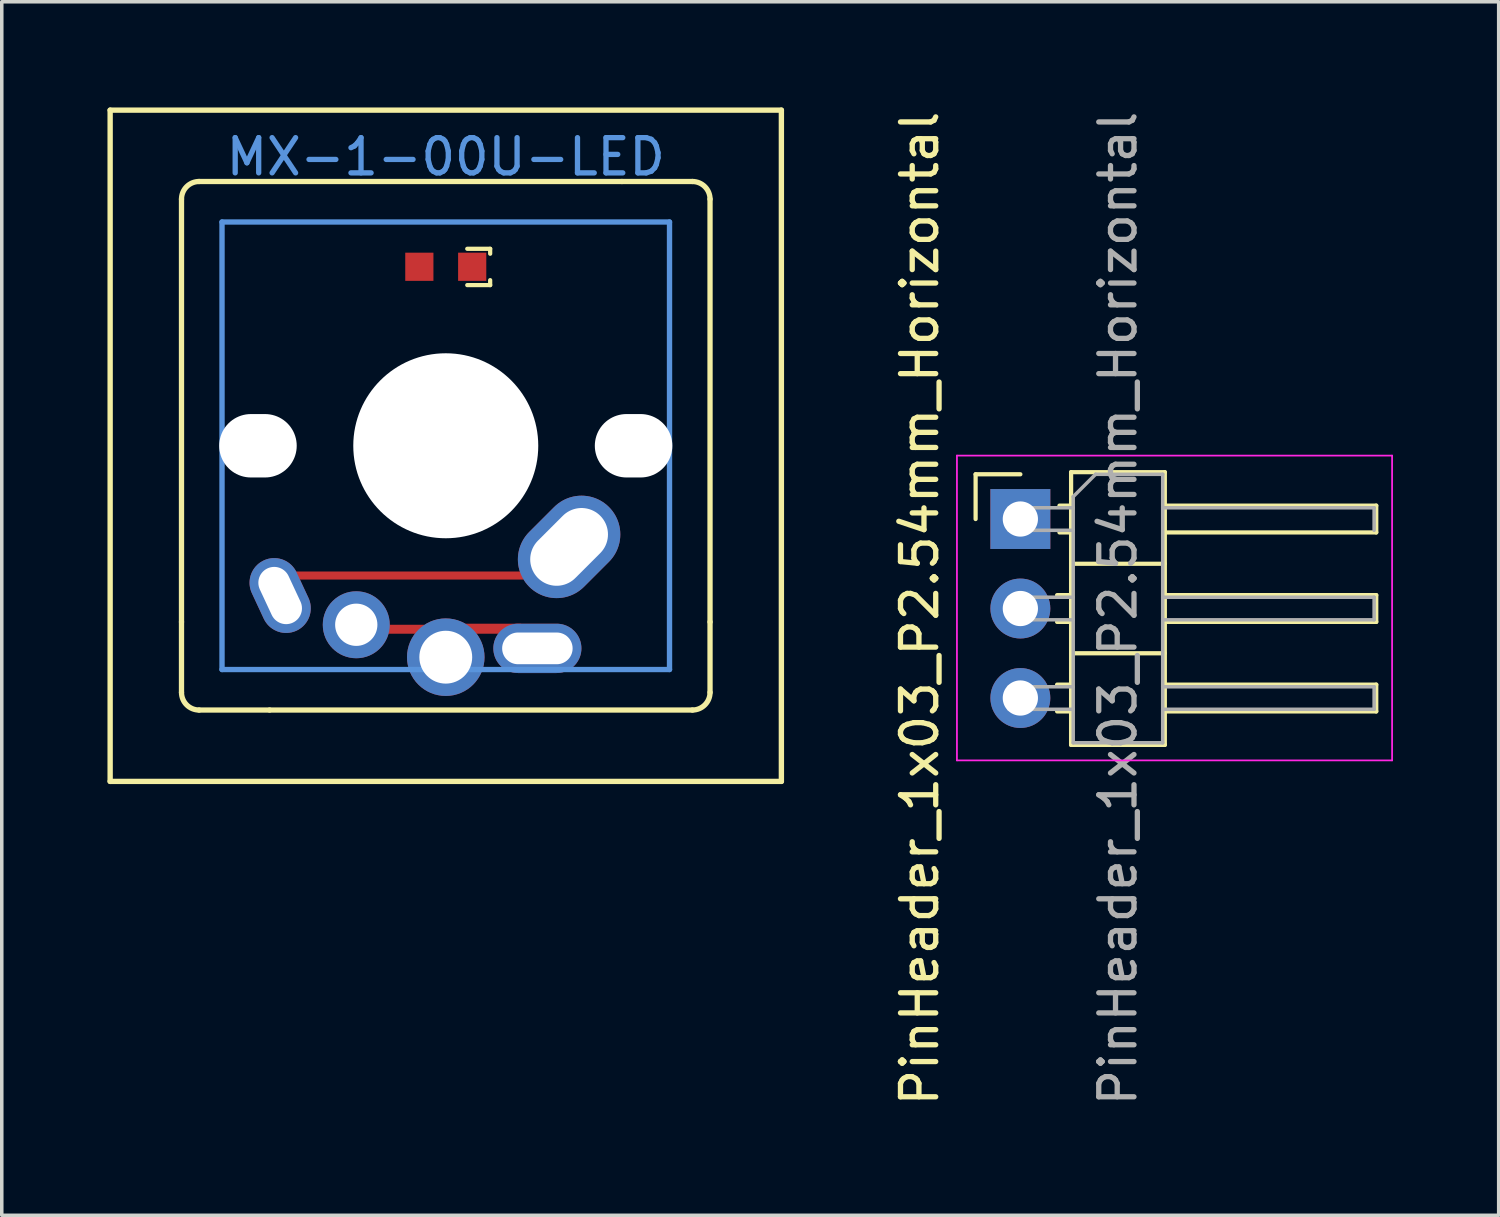
<source format=kicad_pcb>
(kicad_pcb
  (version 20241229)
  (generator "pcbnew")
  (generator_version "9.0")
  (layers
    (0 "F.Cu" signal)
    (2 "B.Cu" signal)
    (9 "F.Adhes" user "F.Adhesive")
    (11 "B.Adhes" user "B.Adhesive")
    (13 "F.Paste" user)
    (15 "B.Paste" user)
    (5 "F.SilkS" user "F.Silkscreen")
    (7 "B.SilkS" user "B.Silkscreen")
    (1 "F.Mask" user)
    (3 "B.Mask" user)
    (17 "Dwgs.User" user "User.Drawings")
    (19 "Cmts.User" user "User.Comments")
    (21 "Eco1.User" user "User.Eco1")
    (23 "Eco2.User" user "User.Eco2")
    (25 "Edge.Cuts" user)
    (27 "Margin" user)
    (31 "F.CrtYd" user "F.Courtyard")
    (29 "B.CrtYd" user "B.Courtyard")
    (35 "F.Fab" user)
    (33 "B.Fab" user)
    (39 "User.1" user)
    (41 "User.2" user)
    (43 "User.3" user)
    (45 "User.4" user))
  (footprint "PinHeader_1x03_P2.54mm_Horizontal"
    (layer "F.Cu")
    (at 25.908 11.68)
    (property "Reference" "PinHeader_1x03_P2.54mm_Horizontal" (at -2.857 2.54 90) (layer "F.SilkS") (effects (font (size 1 1) (thickness 0.15))))
    (attr through_hole)
    (fp_line (start -1.27 -1.27) (end 0 -1.27) (stroke (width 0.12) (type solid)) (layer "F.SilkS"))
    (fp_line (start -1.27 0) (end -1.27 -1.27) (stroke (width 0.12) (type solid)) (layer "F.SilkS"))
    (fp_line (start 1.043 2.16) (end 1.44 2.16) (stroke (width 0.12) (type solid)) (layer "F.SilkS"))
    (fp_line (start 1.043 2.92) (end 1.44 2.92) (stroke (width 0.12) (type solid)) (layer "F.SilkS"))
    (fp_line (start 1.043 4.7) (end 1.44 4.7) (stroke (width 0.12) (type solid)) (layer "F.SilkS"))
    (fp_line (start 1.043 5.46) (end 1.44 5.46) (stroke (width 0.12) (type solid)) (layer "F.SilkS"))
    (fp_line (start 1.11 -0.38) (end 1.44 -0.38) (stroke (width 0.12) (type solid)) (layer "F.SilkS"))
    (fp_line (start 1.11 0.38) (end 1.44 0.38) (stroke (width 0.12) (type solid)) (layer "F.SilkS"))
    (fp_line (start 1.44 -1.33) (end 1.44 6.41) (stroke (width 0.12) (type solid)) (layer "F.SilkS"))
    (fp_line (start 1.44 1.27) (end 4.1 1.27) (stroke (width 0.12) (type solid)) (layer "F.SilkS"))
    (fp_line (start 1.44 3.81) (end 4.1 3.81) (stroke (width 0.12) (type solid)) (layer "F.SilkS"))
    (fp_line (start 1.44 6.41) (end 4.1 6.41) (stroke (width 0.12) (type solid)) (layer "F.SilkS"))
    (fp_line (start 4.1 -1.33) (end 1.44 -1.33) (stroke (width 0.12) (type solid)) (layer "F.SilkS"))
    (fp_line (start 4.1 -0.38) (end 10.1 -0.38) (stroke (width 0.12) (type solid)) (layer "F.SilkS"))
    (fp_line (start 4.1 2.16) (end 10.1 2.16) (stroke (width 0.12) (type solid)) (layer "F.SilkS"))
    (fp_line (start 4.1 4.7) (end 10.1 4.7) (stroke (width 0.12) (type solid)) (layer "F.SilkS"))
    (fp_line (start 4.1 6.41) (end 4.1 -1.33) (stroke (width 0.12) (type solid)) (layer "F.SilkS"))
    (fp_line (start 10.1 -0.38) (end 10.1 0.38) (stroke (width 0.12) (type solid)) (layer "F.SilkS"))
    (fp_line (start 10.1 0.38) (end 4.1 0.38) (stroke (width 0.12) (type solid)) (layer "F.SilkS"))
    (fp_line (start 10.1 2.16) (end 10.1 2.92) (stroke (width 0.12) (type solid)) (layer "F.SilkS"))
    (fp_line (start 10.1 2.92) (end 4.1 2.92) (stroke (width 0.12) (type solid)) (layer "F.SilkS"))
    (fp_line (start 10.1 4.7) (end 10.1 5.46) (stroke (width 0.12) (type solid)) (layer "F.SilkS"))
    (fp_line (start 10.1 5.46) (end 4.1 5.46) (stroke (width 0.12) (type solid)) (layer "F.SilkS"))
    (fp_line (start -1.8 -1.8) (end -1.8 6.85) (stroke (width 0.05) (type solid)) (layer "F.CrtYd"))
    (fp_line (start -1.8 6.85) (end 10.55 6.85) (stroke (width 0.05) (type solid)) (layer "F.CrtYd"))
    (fp_line (start 10.55 -1.8) (end -1.8 -1.8) (stroke (width 0.05) (type solid)) (layer "F.CrtYd"))
    (fp_line (start 10.55 6.85) (end 10.55 -1.8) (stroke (width 0.05) (type solid)) (layer "F.CrtYd"))
    (fp_line (start -0.32 -0.32) (end -0.32 0.32) (stroke (width 0.1) (type solid)) (layer "F.Fab"))
    (fp_line (start -0.32 -0.32) (end 1.5 -0.32) (stroke (width 0.1) (type solid)) (layer "F.Fab"))
    (fp_line (start -0.32 0.32) (end 1.5 0.32) (stroke (width 0.1) (type solid)) (layer "F.Fab"))
    (fp_line (start -0.32 2.22) (end -0.32 2.86) (stroke (width 0.1) (type solid)) (layer "F.Fab"))
    (fp_line (start -0.32 2.22) (end 1.5 2.22) (stroke (width 0.1) (type solid)) (layer "F.Fab"))
    (fp_line (start -0.32 2.86) (end 1.5 2.86) (stroke (width 0.1) (type solid)) (layer "F.Fab"))
    (fp_line (start -0.32 4.76) (end -0.32 5.4) (stroke (width 0.1) (type solid)) (layer "F.Fab"))
    (fp_line (start -0.32 4.76) (end 1.5 4.76) (stroke (width 0.1) (type solid)) (layer "F.Fab"))
    (fp_line (start -0.32 5.4) (end 1.5 5.4) (stroke (width 0.1) (type solid)) (layer "F.Fab"))
    (fp_line (start 1.5 -0.635) (end 2.135 -1.27) (stroke (width 0.1) (type solid)) (layer "F.Fab"))
    (fp_line (start 1.5 6.35) (end 1.5 -0.635) (stroke (width 0.1) (type solid)) (layer "F.Fab"))
    (fp_line (start 2.135 -1.27) (end 4.04 -1.27) (stroke (width 0.1) (type solid)) (layer "F.Fab"))
    (fp_line (start 4.04 -1.27) (end 4.04 6.35) (stroke (width 0.1) (type solid)) (layer "F.Fab"))
    (fp_line (start 4.04 -0.32) (end 10.04 -0.32) (stroke (width 0.1) (type solid)) (layer "F.Fab"))
    (fp_line (start 4.04 2.22) (end 10.04 2.22) (stroke (width 0.1) (type solid)) (layer "F.Fab"))
    (fp_line (start 4.04 2.86) (end 10.04 2.86) (stroke (width 0.1) (type solid)) (layer "F.Fab"))
    (fp_line (start 4.04 4.76) (end 10.04 4.76) (stroke (width 0.1) (type solid)) (layer "F.Fab"))
    (fp_line (start 4.04 5.4) (end 10.04 5.4) (stroke (width 0.1) (type solid)) (layer "F.Fab"))
    (fp_line (start 4.04 6.35) (end 1.5 6.35) (stroke (width 0.1) (type solid)) (layer "F.Fab"))
    (fp_line (start 10.04 -0.32) (end 10.04 0.32) (stroke (width 0.1) (type solid)) (layer "F.Fab"))
    (fp_line (start 10.04 2.22) (end 10.04 2.86) (stroke (width 0.1) (type solid)) (layer "F.Fab"))
    (fp_line (start 10.04 4.76) (end 10.04 5.4) (stroke (width 0.1) (type solid)) (layer "F.Fab"))
    (fp_text user "${REFERENCE}" (at 2.77 2.54 270) (layer "F.Fab") (effects (font (size 1 1) (thickness 0.15))))
    (pad "1" thru_hole rect (at 0 0) (size 1.7 1.7) (drill 1) (layers "*.Cu" "*.Mask"))
    (pad "2" thru_hole oval (at 0 2.54) (size 1.7 1.7) (drill 1) (layers "*.Cu" "*.Mask"))
    (pad "3" thru_hole oval (at 0 5.08) (size 1.7 1.7) (drill 1) (layers "*.Cu" "*.Mask")))
  (footprint "MX-1-00U-LED"
    (layer "F.Cu")
    (at 9.601 9.601)
    (property "Reference" "MX-1-00U-LED" (at 0 -8.2 0) (layer "Cmts.User") (effects (font (size 1 1) (thickness 0.15))))
    (fp_line (start -9.525 -9.525) (end 9.525 -9.525) (stroke (width 0.152) (type solid)) (layer "F.SilkS"))
    (fp_line (start -9.525 9.525) (end -9.525 -9.525) (stroke (width 0.152) (type solid)) (layer "F.SilkS"))
    (fp_line (start -7.5 -7) (end -7.5 5) (stroke (width 0.15) (type solid)) (layer "F.SilkS"))
    (fp_line (start -7.5 7) (end -7.5 5) (stroke (width 0.15) (type solid)) (layer "F.SilkS"))
    (fp_line (start -7 -7.5) (end 5 -7.5) (stroke (width 0.15) (type solid)) (layer "F.SilkS"))
    (fp_line (start -7 7.5) (end -5 7.5) (stroke (width 0.15) (type solid)) (layer "F.SilkS"))
    (fp_line (start 0.61 -5.59) (end 1.26 -5.59) (stroke (width 0.12) (type solid)) (layer "F.SilkS"))
    (fp_line (start 0.61 -4.56) (end 1.26 -4.56) (stroke (width 0.12) (type solid)) (layer "F.SilkS"))
    (fp_line (start 1.26 -5.59) (end 1.26 -5.45) (stroke (width 0.12) (type solid)) (layer "F.SilkS"))
    (fp_line (start 1.26 -4.56) (end 1.26 -4.7) (stroke (width 0.12) (type solid)) (layer "F.SilkS"))
    (fp_line (start 7 -7.5) (end 5 -7.5) (stroke (width 0.15) (type solid)) (layer "F.SilkS"))
    (fp_line (start 7 7.5) (end -5 7.5) (stroke (width 0.15) (type solid)) (layer "F.SilkS"))
    (fp_line (start 7.5 -7) (end 7.5 5) (stroke (width 0.15) (type solid)) (layer "F.SilkS"))
    (fp_line (start 7.5 7) (end 7.5 5) (stroke (width 0.15) (type solid)) (layer "F.SilkS"))
    (fp_line (start 9.525 -9.525) (end 9.525 9.525) (stroke (width 0.152) (type solid)) (layer "F.SilkS"))
    (fp_line (start 9.525 9.525) (end -9.525 9.525) (stroke (width 0.152) (type solid)) (layer "F.SilkS"))
    (fp_arc (start -7.5 -7) (mid -7.353553 -7.353553) (end -7 -7.5) (stroke (width 0.15) (type solid)) (layer "F.SilkS"))
    (fp_arc (start -7 7.5) (mid -7.353553 7.353553) (end -7.5 7) (stroke (width 0.15) (type solid)) (layer "F.SilkS"))
    (fp_arc (start 7 -7.5) (mid 7.353553 -7.353553) (end 7.5 -7) (stroke (width 0.15) (type solid)) (layer "F.SilkS"))
    (fp_arc (start 7.5 7) (mid 7.353553 7.353553) (end 7 7.5) (stroke (width 0.15) (type solid)) (layer "F.SilkS"))
    (fp_line (start -6.35 -6.35) (end 6.35 -6.35) (stroke (width 0.152) (type solid)) (layer "Cmts.User"))
    (fp_line (start -6.35 6.35) (end -6.35 -6.35) (stroke (width 0.152) (type solid)) (layer "Cmts.User"))
    (fp_line (start 6.35 -6.35) (end 6.35 6.35) (stroke (width 0.152) (type solid)) (layer "Cmts.User"))
    (fp_line (start 6.35 6.35) (end -6.35 6.35) (stroke (width 0.152) (type solid)) (layer "Cmts.User"))
    (fp_line (start -7.798 -6.005) (end -6.985 -6.005) (stroke (width 0.152) (type solid)) (layer "Eco2.User"))
    (fp_line (start -7.798 -2.504) (end -7.798 -6.005) (stroke (width 0.152) (type solid)) (layer "Eco2.User"))
    (fp_line (start -7.798 2.504) (end -6.985 2.504) (stroke (width 0.152) (type solid)) (layer "Eco2.User"))
    (fp_line (start -7.798 6.005) (end -7.798 2.504) (stroke (width 0.152) (type solid)) (layer "Eco2.User"))
    (fp_line (start -6.985 -6.985) (end 6.985 -6.985) (stroke (width 0.152) (type solid)) (layer "Eco2.User"))
    (fp_line (start -6.985 -6.005) (end -6.985 -6.985) (stroke (width 0.152) (type solid)) (layer "Eco2.User"))
    (fp_line (start -6.985 -2.504) (end -7.798 -2.504) (stroke (width 0.152) (type solid)) (layer "Eco2.User"))
    (fp_line (start -6.985 2.504) (end -6.985 -2.504) (stroke (width 0.152) (type solid)) (layer "Eco2.User"))
    (fp_line (start -6.985 6.005) (end -7.798 6.005) (stroke (width 0.152) (type solid)) (layer "Eco2.User"))
    (fp_line (start -6.985 6.985) (end -6.985 6.005) (stroke (width 0.152) (type solid)) (layer "Eco2.User"))
    (fp_line (start 6.985 -6.985) (end 6.985 -6.005) (stroke (width 0.152) (type solid)) (layer "Eco2.User"))
    (fp_line (start 6.985 -6.005) (end 7.798 -6.005) (stroke (width 0.152) (type solid)) (layer "Eco2.User"))
    (fp_line (start 6.985 -2.504) (end 6.985 2.504) (stroke (width 0.152) (type solid)) (layer "Eco2.User"))
    (fp_line (start 6.985 2.504) (end 7.798 2.504) (stroke (width 0.152) (type solid)) (layer "Eco2.User"))
    (fp_line (start 6.985 6.005) (end 6.985 6.985) (stroke (width 0.152) (type solid)) (layer "Eco2.User"))
    (fp_line (start 6.985 6.985) (end -6.985 6.985) (stroke (width 0.152) (type solid)) (layer "Eco2.User"))
    (fp_line (start 7.798 -6.005) (end 7.798 -2.504) (stroke (width 0.152) (type solid)) (layer "Eco2.User"))
    (fp_line (start 7.798 -2.504) (end 6.985 -2.504) (stroke (width 0.152) (type solid)) (layer "Eco2.User"))
    (fp_line (start 7.798 2.504) (end 7.798 6.005) (stroke (width 0.152) (type solid)) (layer "Eco2.User"))
    (fp_line (start 7.798 6.005) (end 6.985 6.005) (stroke (width 0.152) (type solid)) (layer "Eco2.User"))
    (pad "" np_thru_hole oval (at -5.33 0 270) (size 1.8 2.2) (drill oval 1.8 2.2) (layers "*.Cu" "*.Mask"))
    (pad "" np_thru_hole circle (at 0 0 180) (size 5.25 5.25) (drill 5.25) (layers "*.Cu" "*.Mask"))
    (pad "" np_thru_hole oval (at 5.33 0 270) (size 1.8 2.2) (drill oval 1.8 2.2) (layers "*.Cu" "*.Mask"))
    (pad "1" thru_hole oval (at -4.7 4.25 205) (size 1.4 2.2) (drill oval 0.9 1.7) (layers "*.Cu" "*.Mask"))
    (pad "1" smd rect (at -1.219 3.683 270) (size 0.229 6.833) (layers "F.Cu" "F.Mask" "F.Paste"))
    (pad "1" thru_hole oval (at 3.5 2.87 225) (size 3.2 2.2) (drill oval 2.5 1.5) (layers "*.Cu" "*.Mask"))
    (pad "2" thru_hole circle (at -2.54 5.08 90) (size 1.9 1.9) (drill 1.2) (layers "*.Cu" "*.Mask"))
    (pad "2" smd rect (at -1.27 5.207 270) (size 0.254 1.312) (layers "F.Cu" "F.Mask" "F.Paste"))
    (pad "2" thru_hole circle (at 0 6 90) (size 2.2 2.2) (drill 1.5) (layers "*.Cu" "*.Mask"))
    (pad "2" smd rect (at 1.26 5.192 270) (size 0.284 1.758) (layers "F.Cu" "F.Mask" "F.Paste"))
    (pad "2" thru_hole oval (at 2.6 5.75 270) (size 1.4 2.5) (drill oval 0.9 2) (layers "*.Cu" "*.Mask"))
    (pad "3" smd rect (at 0.75 -5.08 90) (size 0.8 0.8) (layers "F.Cu" "F.Mask" "F.Paste"))
    (pad "4" smd rect (at -0.75 -5.08 90) (size 0.8 0.8) (layers "F.Cu" "F.Mask" "F.Paste")))
  (gr_rect
    (start -3 -3)
    (end 39.483 31.44)
    (stroke (width 0.1) (type default))
    (fill no)
    (layer "Edge.Cuts")))
</source>
